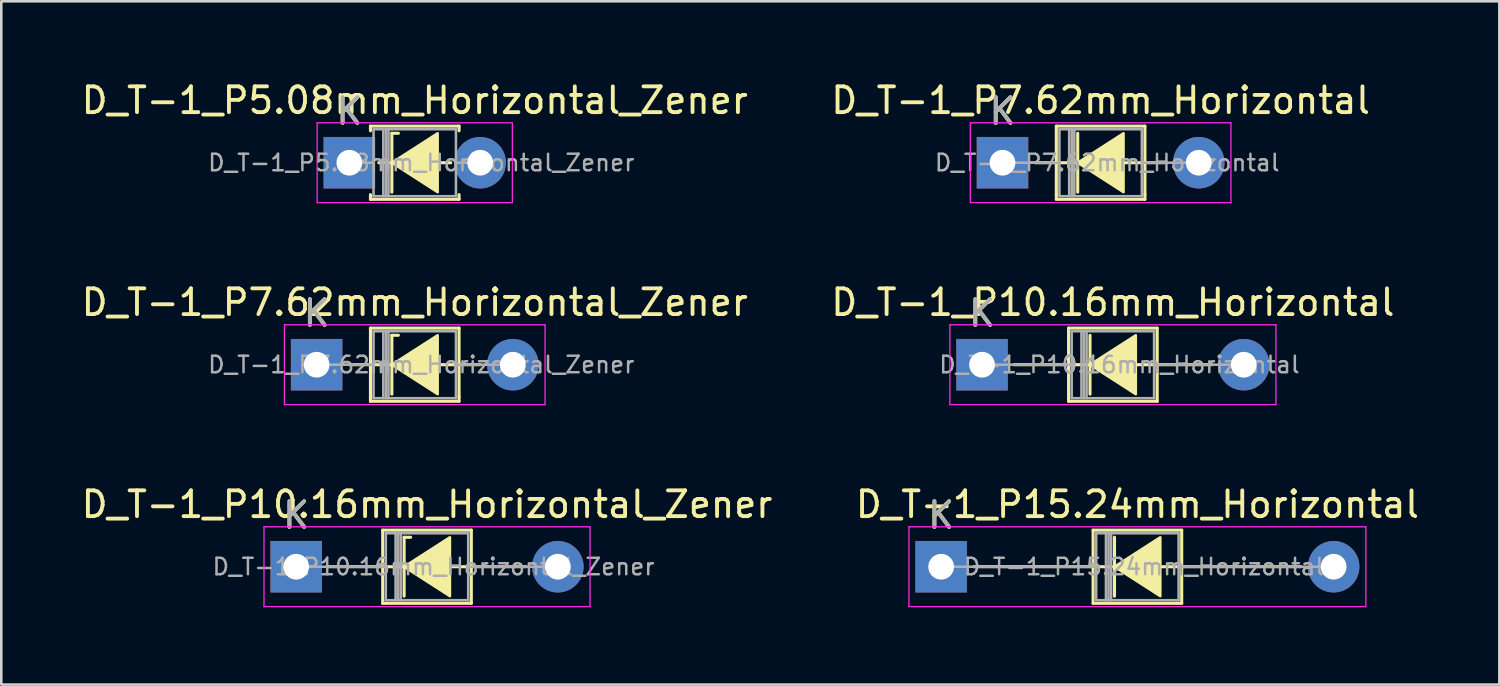
<source format=kicad_pcb>
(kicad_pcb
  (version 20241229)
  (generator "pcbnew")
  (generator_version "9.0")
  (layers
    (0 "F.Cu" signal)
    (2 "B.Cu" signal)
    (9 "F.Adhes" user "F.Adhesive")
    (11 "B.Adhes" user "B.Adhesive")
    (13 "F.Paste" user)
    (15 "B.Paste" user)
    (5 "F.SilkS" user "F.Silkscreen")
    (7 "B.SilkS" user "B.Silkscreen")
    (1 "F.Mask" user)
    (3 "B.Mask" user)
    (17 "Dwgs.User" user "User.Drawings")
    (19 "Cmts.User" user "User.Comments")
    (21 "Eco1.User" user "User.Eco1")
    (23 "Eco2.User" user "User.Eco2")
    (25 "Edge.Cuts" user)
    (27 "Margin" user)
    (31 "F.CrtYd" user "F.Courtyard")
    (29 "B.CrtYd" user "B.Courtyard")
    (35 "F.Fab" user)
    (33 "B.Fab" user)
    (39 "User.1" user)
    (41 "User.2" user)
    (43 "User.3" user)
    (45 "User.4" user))
  (footprint "D_T-1_P5.08mm_Horizontal_Zener"
    (layer "F.Cu")
    (at 10.514 3.268)
    (property "Reference" "D_T-1_P5.08mm_Horizontal_Zener" (at 2.54 -2.42 0) (layer "F.SilkS") (effects (font (size 1 1) (thickness 0.15))))
    (attr through_hole)
    (fp_line (start 0.82 -1.42) (end 4.26 -1.42) (stroke (width 0.12) (type solid)) (layer "F.SilkS"))
    (fp_line (start 0.82 -1.24) (end 0.82 -1.42) (stroke (width 0.12) (type solid)) (layer "F.SilkS"))
    (fp_line (start 0.82 1.24) (end 0.82 1.42) (stroke (width 0.12) (type solid)) (layer "F.SilkS"))
    (fp_line (start 0.82 1.42) (end 4.26 1.42) (stroke (width 0.12) (type solid)) (layer "F.SilkS"))
    (fp_line (start 1.651 -1.143) (end 1.651 1.143) (stroke (width 0.12) (type solid)) (layer "F.SilkS"))
    (fp_line (start 1.651 -1.143) (end 1.905 -1.143) (stroke (width 0.12) (type solid)) (layer "F.SilkS"))
    (fp_line (start 1.778 0) (end 1.143 0) (stroke (width 0.12) (type solid)) (layer "F.SilkS"))
    (fp_line (start 3.429 0) (end 3.937 0) (stroke (width 0.12) (type solid)) (layer "F.SilkS"))
    (fp_line (start 4.26 -1.42) (end 4.26 -1.24) (stroke (width 0.12) (type solid)) (layer "F.SilkS"))
    (fp_line (start 4.26 1.42) (end 4.26 1.24) (stroke (width 0.12) (type solid)) (layer "F.SilkS"))
    (fp_poly (pts (xy 3.429 1.143) (xy 1.651 0) (xy 3.429 -1.143)) (stroke (width 0.1) (type solid)) (fill yes) (layer "F.SilkS"))
    (fp_line (start -1.25 -1.55) (end -1.25 1.55) (stroke (width 0.05) (type solid)) (layer "F.CrtYd"))
    (fp_line (start -1.25 1.55) (end 6.33 1.55) (stroke (width 0.05) (type solid)) (layer "F.CrtYd"))
    (fp_line (start 6.33 -1.55) (end -1.25 -1.55) (stroke (width 0.05) (type solid)) (layer "F.CrtYd"))
    (fp_line (start 6.33 1.55) (end 6.33 -1.55) (stroke (width 0.05) (type solid)) (layer "F.CrtYd"))
    (fp_line (start 0 0) (end 0.94 0) (stroke (width 0.1) (type solid)) (layer "F.Fab"))
    (fp_line (start 0.94 -1.3) (end 0.94 1.3) (stroke (width 0.1) (type solid)) (layer "F.Fab"))
    (fp_line (start 0.94 1.3) (end 4.14 1.3) (stroke (width 0.1) (type solid)) (layer "F.Fab"))
    (fp_line (start 1.32 -1.3) (end 1.32 1.3) (stroke (width 0.1) (type solid)) (layer "F.Fab"))
    (fp_line (start 1.42 -1.3) (end 1.42 1.3) (stroke (width 0.1) (type solid)) (layer "F.Fab"))
    (fp_line (start 1.52 -1.3) (end 1.52 1.3) (stroke (width 0.1) (type solid)) (layer "F.Fab"))
    (fp_line (start 4.14 -1.3) (end 0.94 -1.3) (stroke (width 0.1) (type solid)) (layer "F.Fab"))
    (fp_line (start 4.14 1.3) (end 4.14 -1.3) (stroke (width 0.1) (type solid)) (layer "F.Fab"))
    (fp_line (start 5.08 0) (end 4.14 0) (stroke (width 0.1) (type solid)) (layer "F.Fab"))
    (fp_text user "K" (at 0 -2 0) (layer "F.SilkS") (effects (font (size 1 1) (thickness 0.15))))
    (fp_text user "${REFERENCE}" (at 2.794 0 0) (layer "F.Fab") (effects (font (size 0.64 0.64) (thickness 0.096))))
    (fp_text user "K" (at 0 -2 0) (layer "F.Fab") (effects (font (size 1 1) (thickness 0.15))))
    (pad "1" thru_hole rect (at 0 0) (size 2 2) (drill 1) (layers "*.Cu" "*.Mask"))
    (pad "2" thru_hole oval (at 5.08 0) (size 2 2) (drill 1) (layers "*.Cu" "*.Mask")))
  (footprint "D_T-1_P7.62mm_Horizontal"
    (layer "F.Cu")
    (at 35.875 3.268)
    (property "Reference" "D_T-1_P7.62mm_Horizontal" (at 3.81 -2.42 0) (layer "F.SilkS") (effects (font (size 1 1) (thickness 0.15))))
    (attr through_hole)
    (fp_line (start 2.09 -1.42) (end 5.53 -1.42) (stroke (width 0.12) (type solid)) (layer "F.SilkS"))
    (fp_line (start 2.09 1.24) (end 2.09 -1.42) (stroke (width 0.12) (type solid)) (layer "F.SilkS"))
    (fp_line (start 2.09 1.24) (end 2.09 1.42) (stroke (width 0.12) (type solid)) (layer "F.SilkS"))
    (fp_line (start 2.09 1.42) (end 5.53 1.42) (stroke (width 0.12) (type solid)) (layer "F.SilkS"))
    (fp_line (start 2.921 -1.143) (end 2.921 1.143) (stroke (width 0.12) (type solid)) (layer "F.SilkS"))
    (fp_line (start 3.048 0) (end 1.27 0) (stroke (width 0.12) (type solid)) (layer "F.SilkS"))
    (fp_line (start 4.699 0) (end 6.35 0) (stroke (width 0.12) (type solid)) (layer "F.SilkS"))
    (fp_line (start 5.53 -1.42) (end 5.53 1.24) (stroke (width 0.12) (type solid)) (layer "F.SilkS"))
    (fp_line (start 5.53 1.42) (end 5.53 1.24) (stroke (width 0.12) (type solid)) (layer "F.SilkS"))
    (fp_poly (pts (xy 4.699 1.143) (xy 2.921 0) (xy 4.699 -1.143)) (stroke (width 0.1) (type solid)) (fill yes) (layer "F.SilkS"))
    (fp_line (start -1.25 -1.55) (end -1.25 1.55) (stroke (width 0.05) (type solid)) (layer "F.CrtYd"))
    (fp_line (start -1.25 1.55) (end 8.87 1.55) (stroke (width 0.05) (type solid)) (layer "F.CrtYd"))
    (fp_line (start 8.87 -1.55) (end -1.25 -1.55) (stroke (width 0.05) (type solid)) (layer "F.CrtYd"))
    (fp_line (start 8.87 1.55) (end 8.87 -1.55) (stroke (width 0.05) (type solid)) (layer "F.CrtYd"))
    (fp_line (start 0 0) (end 2.21 0) (stroke (width 0.1) (type solid)) (layer "F.Fab"))
    (fp_line (start 2.21 -1.3) (end 2.21 1.3) (stroke (width 0.1) (type solid)) (layer "F.Fab"))
    (fp_line (start 2.21 1.3) (end 5.41 1.3) (stroke (width 0.1) (type solid)) (layer "F.Fab"))
    (fp_line (start 2.59 -1.3) (end 2.59 1.3) (stroke (width 0.1) (type solid)) (layer "F.Fab"))
    (fp_line (start 2.69 -1.3) (end 2.69 1.3) (stroke (width 0.1) (type solid)) (layer "F.Fab"))
    (fp_line (start 2.79 -1.3) (end 2.79 1.3) (stroke (width 0.1) (type solid)) (layer "F.Fab"))
    (fp_line (start 5.41 -1.3) (end 2.21 -1.3) (stroke (width 0.1) (type solid)) (layer "F.Fab"))
    (fp_line (start 5.41 1.3) (end 5.41 -1.3) (stroke (width 0.1) (type solid)) (layer "F.Fab"))
    (fp_line (start 7.62 0) (end 5.41 0) (stroke (width 0.1) (type solid)) (layer "F.Fab"))
    (fp_text user "K" (at 0 -2 0) (layer "F.SilkS") (effects (font (size 1 1) (thickness 0.15))))
    (fp_text user "K" (at 0 -2 0) (layer "F.Fab") (effects (font (size 1 1) (thickness 0.15))))
    (fp_text user "${REFERENCE}" (at 4.064 0 0) (layer "F.Fab") (effects (font (size 0.64 0.64) (thickness 0.096))))
    (pad "1" thru_hole rect (at 0 0) (size 2 2) (drill 1) (layers "*.Cu" "*.Mask"))
    (pad "2" thru_hole oval (at 7.62 0) (size 2 2) (drill 1) (layers "*.Cu" "*.Mask")))
  (footprint "D_T-1_P10.16mm_Horizontal_Zener"
    (layer "F.Cu")
    (at 8.45 18.955)
    (property "Reference" "D_T-1_P10.16mm_Horizontal_Zener" (at 5.08 -2.42 0) (layer "F.SilkS") (effects (font (size 1 1) (thickness 0.15))))
    (attr through_hole)
    (fp_line (start 1.24 0) (end 3.36 0) (stroke (width 0.12) (type solid)) (layer "F.SilkS"))
    (fp_line (start 3.36 -1.42) (end 3.36 1.42) (stroke (width 0.12) (type solid)) (layer "F.SilkS"))
    (fp_line (start 3.36 1.42) (end 6.8 1.42) (stroke (width 0.12) (type solid)) (layer "F.SilkS"))
    (fp_line (start 4.191 -1.143) (end 4.191 1.143) (stroke (width 0.12) (type solid)) (layer "F.SilkS"))
    (fp_line (start 4.191 -1.143) (end 4.445 -1.143) (stroke (width 0.12) (type solid)) (layer "F.SilkS"))
    (fp_line (start 4.318 0) (end 3.36 0) (stroke (width 0.12) (type solid)) (layer "F.SilkS"))
    (fp_line (start 5.969 0) (end 6.8 0) (stroke (width 0.12) (type solid)) (layer "F.SilkS"))
    (fp_line (start 6.8 -1.42) (end 3.36 -1.42) (stroke (width 0.12) (type solid)) (layer "F.SilkS"))
    (fp_line (start 6.8 1.42) (end 6.8 -1.42) (stroke (width 0.12) (type solid)) (layer "F.SilkS"))
    (fp_line (start 8.92 0) (end 6.8 0) (stroke (width 0.12) (type solid)) (layer "F.SilkS"))
    (fp_poly (pts (xy 5.969 1.143) (xy 4.191 0) (xy 5.969 -1.143)) (stroke (width 0.1) (type solid)) (fill yes) (layer "F.SilkS"))
    (fp_line (start -1.25 -1.55) (end -1.25 1.55) (stroke (width 0.05) (type solid)) (layer "F.CrtYd"))
    (fp_line (start -1.25 1.55) (end 11.41 1.55) (stroke (width 0.05) (type solid)) (layer "F.CrtYd"))
    (fp_line (start 11.41 -1.55) (end -1.25 -1.55) (stroke (width 0.05) (type solid)) (layer "F.CrtYd"))
    (fp_line (start 11.41 1.55) (end 11.41 -1.55) (stroke (width 0.05) (type solid)) (layer "F.CrtYd"))
    (fp_line (start 0 0) (end 3.48 0) (stroke (width 0.1) (type solid)) (layer "F.Fab"))
    (fp_line (start 3.48 -1.3) (end 3.48 1.3) (stroke (width 0.1) (type solid)) (layer "F.Fab"))
    (fp_line (start 3.48 1.3) (end 6.68 1.3) (stroke (width 0.1) (type solid)) (layer "F.Fab"))
    (fp_line (start 3.86 -1.3) (end 3.86 1.3) (stroke (width 0.1) (type solid)) (layer "F.Fab"))
    (fp_line (start 3.96 -1.3) (end 3.96 1.3) (stroke (width 0.1) (type solid)) (layer "F.Fab"))
    (fp_line (start 4.06 -1.3) (end 4.06 1.3) (stroke (width 0.1) (type solid)) (layer "F.Fab"))
    (fp_line (start 6.68 -1.3) (end 3.48 -1.3) (stroke (width 0.1) (type solid)) (layer "F.Fab"))
    (fp_line (start 6.68 1.3) (end 6.68 -1.3) (stroke (width 0.1) (type solid)) (layer "F.Fab"))
    (fp_line (start 10.16 0) (end 6.68 0) (stroke (width 0.1) (type solid)) (layer "F.Fab"))
    (fp_text user "K" (at 0 -2 0) (layer "F.SilkS") (effects (font (size 1 1) (thickness 0.15))))
    (fp_text user "K" (at 0 -2 0) (layer "F.Fab") (effects (font (size 1 1) (thickness 0.15))))
    (fp_text user "${REFERENCE}" (at 5.334 0 0) (layer "F.Fab") (effects (font (size 0.64 0.64) (thickness 0.096))))
    (pad "1" thru_hole rect (at 0 0) (size 2 2) (drill 1) (layers "*.Cu" "*.Mask"))
    (pad "2" thru_hole oval (at 10.16 0) (size 2 2) (drill 1) (layers "*.Cu" "*.Mask")))
  (footprint "D_T-1_P15.24mm_Horizontal"
    (layer "F.Cu")
    (at 33.493 18.955)
    (property "Reference" "D_T-1_P15.24mm_Horizontal" (at 7.62 -2.42 0) (layer "F.SilkS") (effects (font (size 1 1) (thickness 0.15))))
    (attr through_hole)
    (fp_line (start 1.27 0) (end 5.9 0) (stroke (width 0.12) (type solid)) (layer "F.SilkS"))
    (fp_line (start 5.9 -1.42) (end 5.9 1.42) (stroke (width 0.12) (type solid)) (layer "F.SilkS"))
    (fp_line (start 5.9 1.42) (end 9.34 1.42) (stroke (width 0.12) (type solid)) (layer "F.SilkS"))
    (fp_line (start 6.731 -1.143) (end 6.731 1.143) (stroke (width 0.12) (type solid)) (layer "F.SilkS"))
    (fp_line (start 6.858 0) (end 5.9 0) (stroke (width 0.12) (type solid)) (layer "F.SilkS"))
    (fp_line (start 8.509 0) (end 9.34 0) (stroke (width 0.12) (type solid)) (layer "F.SilkS"))
    (fp_line (start 9.34 -1.42) (end 5.9 -1.42) (stroke (width 0.12) (type solid)) (layer "F.SilkS"))
    (fp_line (start 9.34 1.42) (end 9.34 -1.42) (stroke (width 0.12) (type solid)) (layer "F.SilkS"))
    (fp_line (start 13.97 0) (end 9.34 0) (stroke (width 0.12) (type solid)) (layer "F.SilkS"))
    (fp_poly (pts (xy 8.509 1.143) (xy 6.731 0) (xy 8.509 -1.143)) (stroke (width 0.1) (type solid)) (fill yes) (layer "F.SilkS"))
    (fp_line (start -1.25 -1.55) (end -1.25 1.55) (stroke (width 0.05) (type solid)) (layer "F.CrtYd"))
    (fp_line (start -1.25 1.55) (end 16.49 1.55) (stroke (width 0.05) (type solid)) (layer "F.CrtYd"))
    (fp_line (start 16.49 -1.55) (end -1.25 -1.55) (stroke (width 0.05) (type solid)) (layer "F.CrtYd"))
    (fp_line (start 16.49 1.55) (end 16.49 -1.55) (stroke (width 0.05) (type solid)) (layer "F.CrtYd"))
    (fp_line (start 0 0) (end 6.02 0) (stroke (width 0.1) (type solid)) (layer "F.Fab"))
    (fp_line (start 6.02 -1.3) (end 6.02 1.3) (stroke (width 0.1) (type solid)) (layer "F.Fab"))
    (fp_line (start 6.02 1.3) (end 9.22 1.3) (stroke (width 0.1) (type solid)) (layer "F.Fab"))
    (fp_line (start 6.4 -1.3) (end 6.4 1.3) (stroke (width 0.1) (type solid)) (layer "F.Fab"))
    (fp_line (start 6.5 -1.3) (end 6.5 1.3) (stroke (width 0.1) (type solid)) (layer "F.Fab"))
    (fp_line (start 6.6 -1.3) (end 6.6 1.3) (stroke (width 0.1) (type solid)) (layer "F.Fab"))
    (fp_line (start 9.22 -1.3) (end 6.02 -1.3) (stroke (width 0.1) (type solid)) (layer "F.Fab"))
    (fp_line (start 9.22 1.3) (end 9.22 -1.3) (stroke (width 0.1) (type solid)) (layer "F.Fab"))
    (fp_line (start 15.24 0) (end 9.22 0) (stroke (width 0.1) (type solid)) (layer "F.Fab"))
    (fp_text user "K" (at 0 -2 0) (layer "F.SilkS") (effects (font (size 1 1) (thickness 0.15))))
    (fp_text user "K" (at 0 -2 0) (layer "F.Fab") (effects (font (size 1 1) (thickness 0.15))))
    (fp_text user "${REFERENCE}" (at 7.874 0 0) (layer "F.Fab") (effects (font (size 0.64 0.64) (thickness 0.096))))
    (pad "1" thru_hole rect (at 0 0) (size 2 2) (drill 1) (layers "*.Cu" "*.Mask"))
    (pad "2" thru_hole oval (at 15.24 0) (size 2 2) (drill 1) (layers "*.Cu" "*.Mask")))
  (footprint "D_T-1_P10.16mm_Horizontal"
    (layer "F.Cu")
    (at 35.081 11.111)
    (property "Reference" "D_T-1_P10.16mm_Horizontal" (at 5.08 -2.42 0) (layer "F.SilkS") (effects (font (size 1 1) (thickness 0.15))))
    (attr through_hole)
    (fp_line (start 1.24 0) (end 3.36 0) (stroke (width 0.12) (type solid)) (layer "F.SilkS"))
    (fp_line (start 3.36 -1.42) (end 3.36 1.42) (stroke (width 0.12) (type solid)) (layer "F.SilkS"))
    (fp_line (start 3.36 1.42) (end 6.8 1.42) (stroke (width 0.12) (type solid)) (layer "F.SilkS"))
    (fp_line (start 4.191 -1.143) (end 4.191 1.143) (stroke (width 0.12) (type solid)) (layer "F.SilkS"))
    (fp_line (start 4.318 0) (end 3.36 0) (stroke (width 0.12) (type solid)) (layer "F.SilkS"))
    (fp_line (start 5.969 0) (end 6.8 0) (stroke (width 0.12) (type solid)) (layer "F.SilkS"))
    (fp_line (start 6.8 -1.42) (end 3.36 -1.42) (stroke (width 0.12) (type solid)) (layer "F.SilkS"))
    (fp_line (start 6.8 1.42) (end 6.8 -1.42) (stroke (width 0.12) (type solid)) (layer "F.SilkS"))
    (fp_line (start 8.92 0) (end 6.8 0) (stroke (width 0.12) (type solid)) (layer "F.SilkS"))
    (fp_poly (pts (xy 5.969 1.143) (xy 4.191 0) (xy 5.969 -1.143)) (stroke (width 0.1) (type solid)) (fill yes) (layer "F.SilkS"))
    (fp_line (start -1.25 -1.55) (end -1.25 1.55) (stroke (width 0.05) (type solid)) (layer "F.CrtYd"))
    (fp_line (start -1.25 1.55) (end 11.41 1.55) (stroke (width 0.05) (type solid)) (layer "F.CrtYd"))
    (fp_line (start 11.41 -1.55) (end -1.25 -1.55) (stroke (width 0.05) (type solid)) (layer "F.CrtYd"))
    (fp_line (start 11.41 1.55) (end 11.41 -1.55) (stroke (width 0.05) (type solid)) (layer "F.CrtYd"))
    (fp_line (start 0 0) (end 3.48 0) (stroke (width 0.1) (type solid)) (layer "F.Fab"))
    (fp_line (start 3.48 -1.3) (end 3.48 1.3) (stroke (width 0.1) (type solid)) (layer "F.Fab"))
    (fp_line (start 3.48 1.3) (end 6.68 1.3) (stroke (width 0.1) (type solid)) (layer "F.Fab"))
    (fp_line (start 3.86 -1.3) (end 3.86 1.3) (stroke (width 0.1) (type solid)) (layer "F.Fab"))
    (fp_line (start 3.96 -1.3) (end 3.96 1.3) (stroke (width 0.1) (type solid)) (layer "F.Fab"))
    (fp_line (start 4.06 -1.3) (end 4.06 1.3) (stroke (width 0.1) (type solid)) (layer "F.Fab"))
    (fp_line (start 6.68 -1.3) (end 3.48 -1.3) (stroke (width 0.1) (type solid)) (layer "F.Fab"))
    (fp_line (start 6.68 1.3) (end 6.68 -1.3) (stroke (width 0.1) (type solid)) (layer "F.Fab"))
    (fp_line (start 10.16 0) (end 6.68 0) (stroke (width 0.1) (type solid)) (layer "F.Fab"))
    (fp_text user "K" (at 0 -2 0) (layer "F.SilkS") (effects (font (size 1 1) (thickness 0.15))))
    (fp_text user "K" (at 0 -2 0) (layer "F.Fab") (effects (font (size 1 1) (thickness 0.15))))
    (fp_text user "${REFERENCE}" (at 5.334 0 0) (layer "F.Fab") (effects (font (size 0.64 0.64) (thickness 0.096))))
    (pad "1" thru_hole rect (at 0 0) (size 2 2) (drill 1) (layers "*.Cu" "*.Mask"))
    (pad "2" thru_hole oval (at 10.16 0) (size 2 2) (drill 1) (layers "*.Cu" "*.Mask")))
  (footprint "D_T-1_P7.62mm_Horizontal_Zener"
    (layer "F.Cu")
    (at 9.244 11.111)
    (property "Reference" "D_T-1_P7.62mm_Horizontal_Zener" (at 3.81 -2.42 0) (layer "F.SilkS") (effects (font (size 1 1) (thickness 0.15))))
    (attr through_hole)
    (fp_line (start 2.09 -1.42) (end 5.53 -1.42) (stroke (width 0.12) (type solid)) (layer "F.SilkS"))
    (fp_line (start 2.09 1.24) (end 2.09 -1.42) (stroke (width 0.12) (type solid)) (layer "F.SilkS"))
    (fp_line (start 2.09 1.24) (end 2.09 1.42) (stroke (width 0.12) (type solid)) (layer "F.SilkS"))
    (fp_line (start 2.09 1.42) (end 5.53 1.42) (stroke (width 0.12) (type solid)) (layer "F.SilkS"))
    (fp_line (start 2.921 -1.143) (end 2.921 1.143) (stroke (width 0.12) (type solid)) (layer "F.SilkS"))
    (fp_line (start 2.921 -1.143) (end 3.175 -1.143) (stroke (width 0.12) (type solid)) (layer "F.SilkS"))
    (fp_line (start 3.048 0) (end 1.27 0) (stroke (width 0.12) (type solid)) (layer "F.SilkS"))
    (fp_line (start 4.699 0) (end 6.35 0) (stroke (width 0.12) (type solid)) (layer "F.SilkS"))
    (fp_line (start 5.53 -1.42) (end 5.53 1.24) (stroke (width 0.12) (type solid)) (layer "F.SilkS"))
    (fp_line (start 5.53 1.42) (end 5.53 1.24) (stroke (width 0.12) (type solid)) (layer "F.SilkS"))
    (fp_poly (pts (xy 4.699 1.143) (xy 2.921 0) (xy 4.699 -1.143)) (stroke (width 0.1) (type solid)) (fill yes) (layer "F.SilkS"))
    (fp_line (start -1.25 -1.55) (end -1.25 1.55) (stroke (width 0.05) (type solid)) (layer "F.CrtYd"))
    (fp_line (start -1.25 1.55) (end 8.87 1.55) (stroke (width 0.05) (type solid)) (layer "F.CrtYd"))
    (fp_line (start 8.87 -1.55) (end -1.25 -1.55) (stroke (width 0.05) (type solid)) (layer "F.CrtYd"))
    (fp_line (start 8.87 1.55) (end 8.87 -1.55) (stroke (width 0.05) (type solid)) (layer "F.CrtYd"))
    (fp_line (start 0 0) (end 2.21 0) (stroke (width 0.1) (type solid)) (layer "F.Fab"))
    (fp_line (start 2.21 -1.3) (end 2.21 1.3) (stroke (width 0.1) (type solid)) (layer "F.Fab"))
    (fp_line (start 2.21 1.3) (end 5.41 1.3) (stroke (width 0.1) (type solid)) (layer "F.Fab"))
    (fp_line (start 2.59 -1.3) (end 2.59 1.3) (stroke (width 0.1) (type solid)) (layer "F.Fab"))
    (fp_line (start 2.69 -1.3) (end 2.69 1.3) (stroke (width 0.1) (type solid)) (layer "F.Fab"))
    (fp_line (start 2.79 -1.3) (end 2.79 1.3) (stroke (width 0.1) (type solid)) (layer "F.Fab"))
    (fp_line (start 5.41 -1.3) (end 2.21 -1.3) (stroke (width 0.1) (type solid)) (layer "F.Fab"))
    (fp_line (start 5.41 1.3) (end 5.41 -1.3) (stroke (width 0.1) (type solid)) (layer "F.Fab"))
    (fp_line (start 7.62 0) (end 5.41 0) (stroke (width 0.1) (type solid)) (layer "F.Fab"))
    (fp_text user "K" (at 0 -2 0) (layer "F.SilkS") (effects (font (size 1 1) (thickness 0.15))))
    (fp_text user "${REFERENCE}" (at 4.064 0 0) (layer "F.Fab") (effects (font (size 0.64 0.64) (thickness 0.096))))
    (fp_text user "K" (at 0 -2 0) (layer "F.Fab") (effects (font (size 1 1) (thickness 0.15))))
    (pad "1" thru_hole rect (at 0 0) (size 2 2) (drill 1) (layers "*.Cu" "*.Mask"))
    (pad "2" thru_hole oval (at 7.62 0) (size 2 2) (drill 1) (layers "*.Cu" "*.Mask")))
  (gr_rect
    (start -3 -3)
    (end 55.167 23.53)
    (stroke (width 0.1) (type default))
    (fill no)
    (layer "Edge.Cuts")))
</source>
